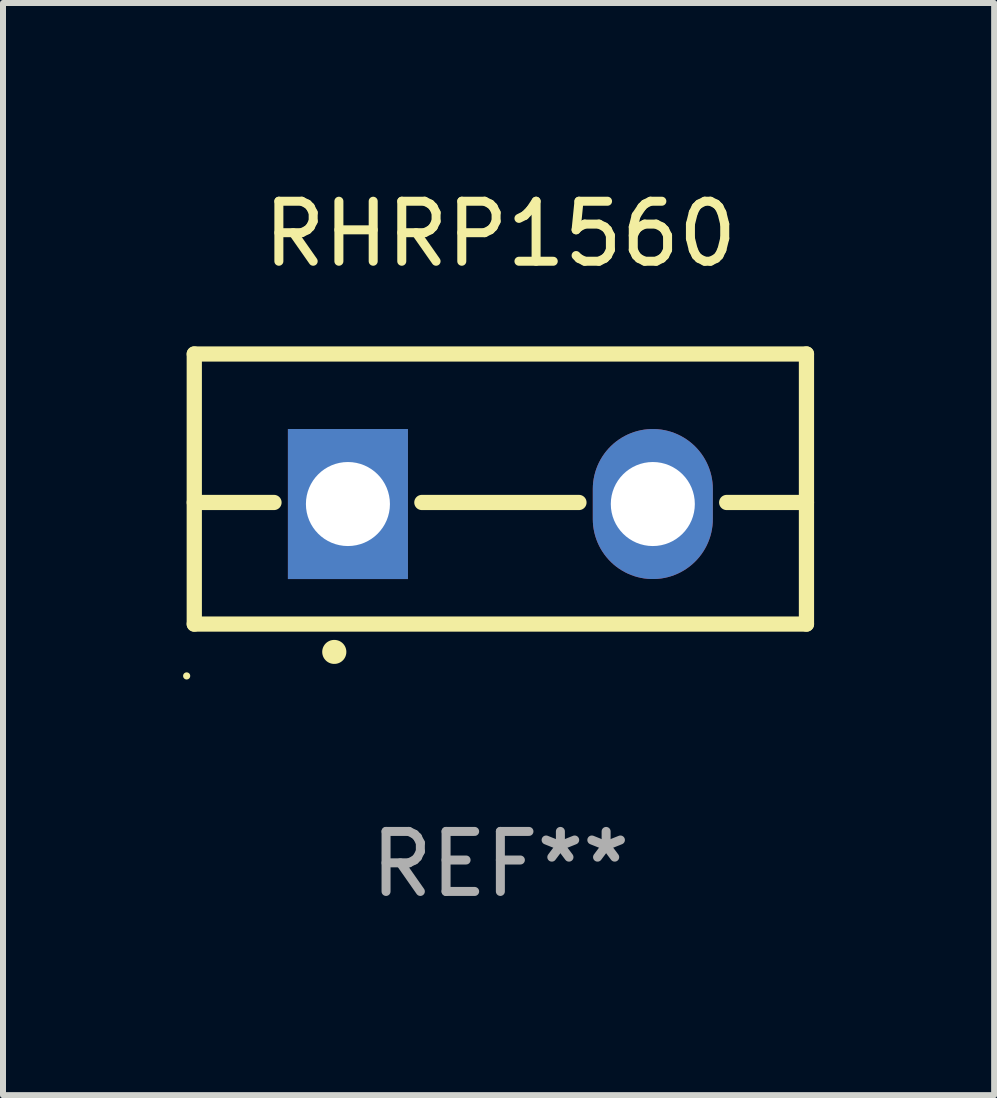
<source format=kicad_pcb>
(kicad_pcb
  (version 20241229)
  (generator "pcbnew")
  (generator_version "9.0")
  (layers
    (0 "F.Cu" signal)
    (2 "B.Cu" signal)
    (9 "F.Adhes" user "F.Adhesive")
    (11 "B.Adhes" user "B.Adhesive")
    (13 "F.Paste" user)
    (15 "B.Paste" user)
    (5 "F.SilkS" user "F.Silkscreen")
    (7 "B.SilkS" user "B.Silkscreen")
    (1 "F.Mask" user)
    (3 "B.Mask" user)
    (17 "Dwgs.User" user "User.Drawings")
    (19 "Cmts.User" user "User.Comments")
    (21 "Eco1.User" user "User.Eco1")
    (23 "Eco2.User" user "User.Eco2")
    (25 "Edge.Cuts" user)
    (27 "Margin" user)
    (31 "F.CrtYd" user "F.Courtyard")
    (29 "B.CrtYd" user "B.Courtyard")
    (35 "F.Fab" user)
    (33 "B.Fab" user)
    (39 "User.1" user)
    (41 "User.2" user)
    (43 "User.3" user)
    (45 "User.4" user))
  (footprint "RHRP1560"
    (layer "F.Cu")
    (at 5.287 5.098)
    (property "Reference" "RHRP1560" (at 0 -4.25 0) (layer "F.SilkS") (effects (font (size 1 1) (thickness 0.15))))
    (attr through_hole)
    (fp_line (start -5.1 -2.25) (end -5.1 2.25) (stroke (width 0.254) (type solid)) (layer "F.SilkS"))
    (fp_line (start -5.1 0.224) (end -3.772 0.224) (stroke (width 0.254) (type solid)) (layer "F.SilkS"))
    (fp_line (start -5.1 2.25) (end 5.1 2.25) (stroke (width 0.254) (type solid)) (layer "F.SilkS"))
    (fp_line (start -1.308 0.224) (end 1.309 0.224) (stroke (width 0.254) (type solid)) (layer "F.SilkS"))
    (fp_line (start 3.771 0.224) (end 5.1 0.224) (stroke (width 0.254) (type solid)) (layer "F.SilkS"))
    (fp_line (start 5.1 -2.25) (end -5.1 -2.25) (stroke (width 0.254) (type solid)) (layer "F.SilkS"))
    (fp_line (start 5.1 -2.25) (end 5.1 2.25) (stroke (width 0.254) (type solid)) (layer "F.SilkS"))
    (fp_arc (start -2.768606 2.713805) (mid -2.767336 2.713801) (end -2.766066 2.713805) (stroke (width 0.4) (type solid)) (layer "F.SilkS"))
    (fp_circle (center -5.227 3.114) (end -5.197 3.114) (stroke (width 0.06) (type solid)) (fill no) (layer "F.SilkS"))
    (fp_text user "REF**" (at 0 6.25 0) (layer "F.Fab") (effects (font (size 1 1) (thickness 0.15))))
    (pad "1" thru_hole rect (at -2.54 0.25) (size 2 2.5) (drill 1.4) (layers "*.Cu" "*.Mask"))
    (pad "3" thru_hole oval (at 2.54 0.25) (size 2 2.5) (drill 1.4) (layers "*.Cu" "*.Mask")))
  (gr_rect
    (start -3 -3)
    (end 13.514 15.197)
    (stroke (width 0.1) (type default))
    (fill no)
    (layer "Edge.Cuts")))
</source>
